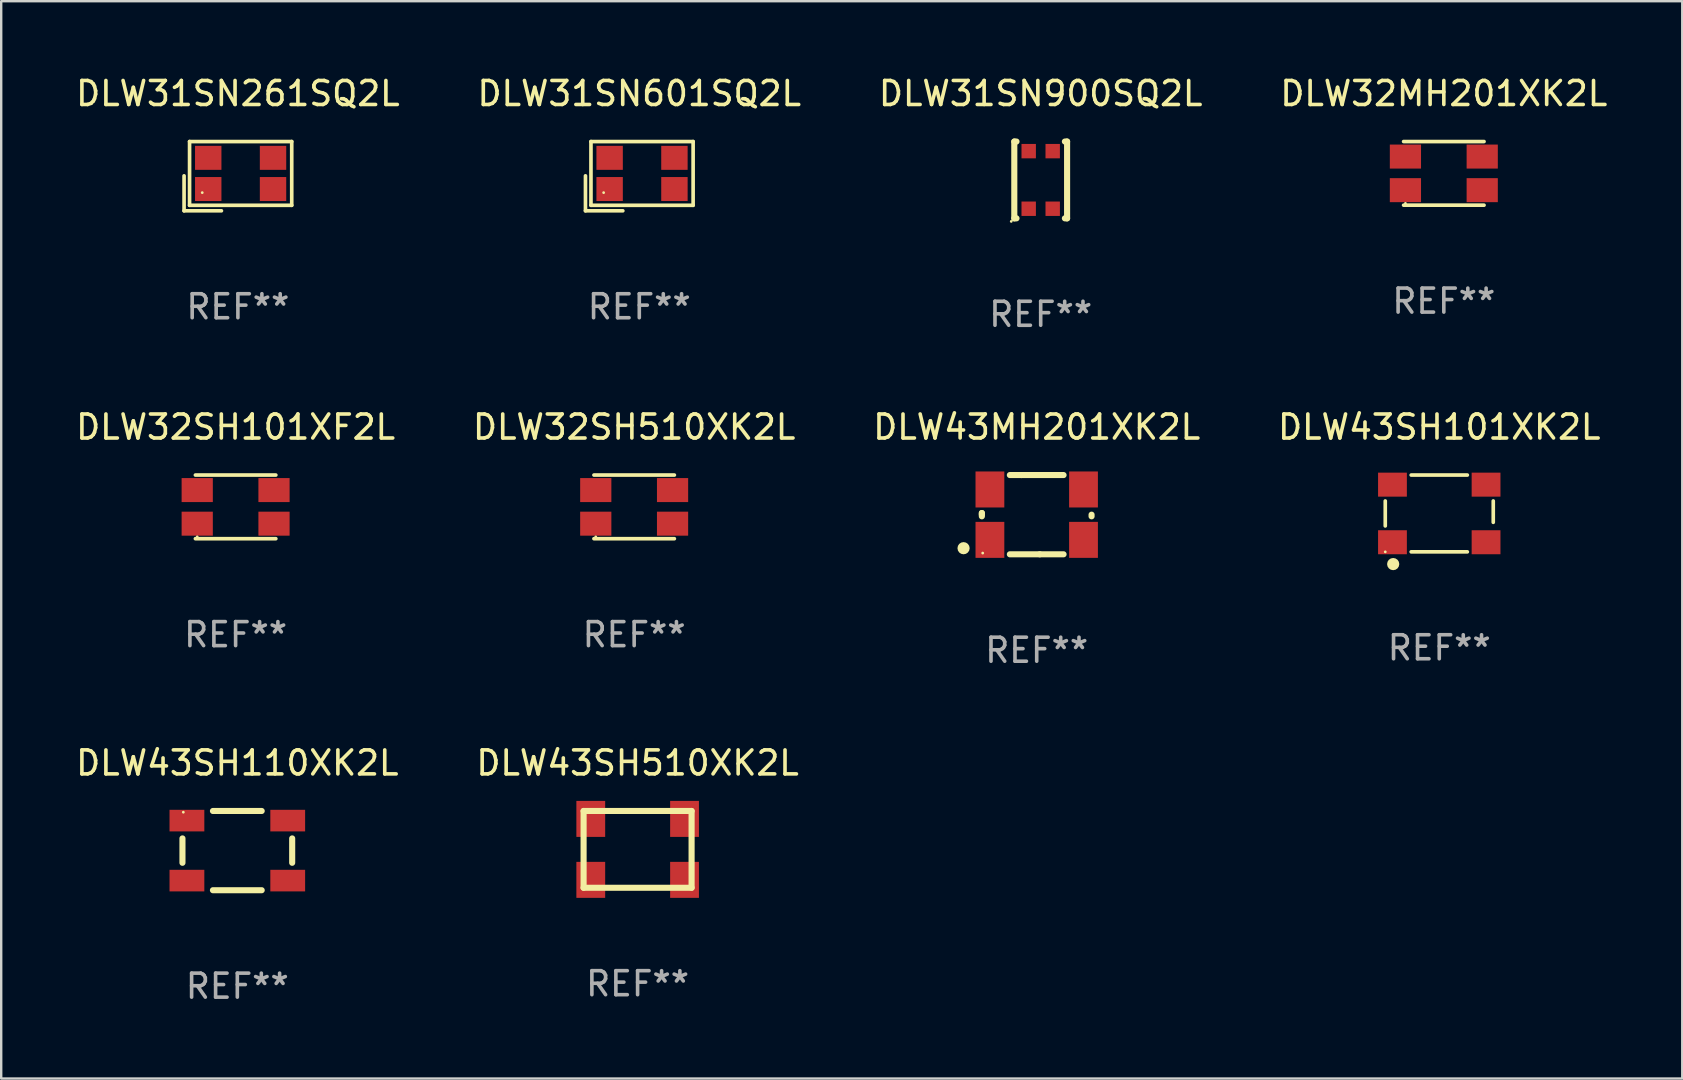
<source format=kicad_pcb>
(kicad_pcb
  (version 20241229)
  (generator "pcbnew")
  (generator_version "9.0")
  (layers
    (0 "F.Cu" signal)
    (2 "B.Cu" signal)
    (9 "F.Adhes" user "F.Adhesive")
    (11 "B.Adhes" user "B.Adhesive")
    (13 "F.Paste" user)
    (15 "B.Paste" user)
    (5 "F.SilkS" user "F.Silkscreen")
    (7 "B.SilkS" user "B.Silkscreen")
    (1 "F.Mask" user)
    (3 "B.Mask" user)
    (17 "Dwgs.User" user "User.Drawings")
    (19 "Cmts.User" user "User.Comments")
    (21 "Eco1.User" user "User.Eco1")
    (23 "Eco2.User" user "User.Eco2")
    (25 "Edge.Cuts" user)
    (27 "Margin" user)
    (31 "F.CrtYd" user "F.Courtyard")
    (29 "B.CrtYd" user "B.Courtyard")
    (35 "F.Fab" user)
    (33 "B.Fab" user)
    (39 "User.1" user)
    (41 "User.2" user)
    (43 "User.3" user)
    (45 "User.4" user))
  (footprint "DLW32MH201XK2L"
    (layer "F.Cu")
    (at 57.113 4.174)
    (property "Reference" "DLW32MH201XK2L" (at 0 -3.326 0) (layer "F.SilkS") (effects (font (size 1 1) (thickness 0.15))))
    (attr through_hole)
    (fp_line (start -1.676 -1.326) (end 1.676 -1.326) (stroke (width 0.152) (type solid)) (layer "F.SilkS"))
    (fp_line (start -1.676 1.326) (end 1.676 1.326) (stroke (width 0.152) (type solid)) (layer "F.SilkS"))
    (fp_circle (center -1.6 1.25) (end -1.57 1.25) (stroke (width 0.06) (type solid)) (fill no) (layer "F.SilkS"))
    (fp_text user "REF**" (at 0 5.326 0) (layer "F.Fab") (effects (font (size 1 1) (thickness 0.15))))
    (pad "1" smd rect (at -1.6 0.7) (size 1.3 1) (layers "F.Cu" "F.Mask" "F.Paste"))
    (pad "2" smd rect (at 1.6 0.7) (size 1.3 1) (layers "F.Cu" "F.Mask" "F.Paste"))
    (pad "3" smd rect (at 1.6 -0.7) (size 1.3 1) (layers "F.Cu" "F.Mask" "F.Paste"))
    (pad "4" smd rect (at -1.6 -0.7) (size 1.3 1) (layers "F.Cu" "F.Mask" "F.Paste")))
  (footprint "DLW43MH201XK2L"
    (layer "F.Cu")
    (at 40.149 18.396)
    (property "Reference" "DLW43MH201XK2L" (at 0 -3.651 0) (layer "F.SilkS") (effects (font (size 1 1) (thickness 0.15))))
    (attr through_hole)
    (fp_line (start -2.286 -0.069) (end -2.286 0.069) (stroke (width 0.254) (type solid)) (layer "F.SilkS"))
    (fp_line (start -2.286 0) (end -2.286 -0.069) (stroke (width 0.254) (type solid)) (layer "F.SilkS"))
    (fp_line (start -0.635 -1.651) (end -1.119 -1.651) (stroke (width 0.254) (type solid)) (layer "F.SilkS"))
    (fp_line (start -0.635 -1.651) (end 1.119 -1.651) (stroke (width 0.254) (type solid)) (layer "F.SilkS"))
    (fp_line (start 0.127 1.651) (end -1.119 1.651) (stroke (width 0.254) (type solid)) (layer "F.SilkS"))
    (fp_line (start 0.127 1.651) (end 1.119 1.651) (stroke (width 0.254) (type solid)) (layer "F.SilkS"))
    (fp_line (start 2.286 0) (end 2.286 0.069) (stroke (width 0.254) (type solid)) (layer "F.SilkS"))
    (fp_circle (center -3.048 1.397) (end -2.921 1.397) (stroke (width 0.254) (type solid)) (fill no) (layer "F.SilkS"))
    (fp_circle (center -2.25 1.6) (end -2.22 1.6) (stroke (width 0.06) (type solid)) (fill no) (layer "F.SilkS"))
    (fp_text user "REF**" (at 0 5.651 0) (layer "F.Fab") (effects (font (size 1 1) (thickness 0.15))))
    (pad "1" smd rect (at -1.95 1.05) (size 1.2 1.5) (layers "F.Cu" "F.Mask" "F.Paste"))
    (pad "2" smd rect (at 1.95 1.05) (size 1.2 1.5) (layers "F.Cu" "F.Mask" "F.Paste"))
    (pad "3" smd rect (at 1.95 -1.05) (size 1.2 1.5) (layers "F.Cu" "F.Mask" "F.Paste"))
    (pad "4" smd rect (at -1.95 -1.05) (size 1.2 1.5) (layers "F.Cu" "F.Mask" "F.Paste")))
  (footprint "DLW32SH510XK2L"
    (layer "F.Cu")
    (at 23.375 18.071)
    (property "Reference" "DLW32SH510XK2L" (at 0 -3.326 0) (layer "F.SilkS") (effects (font (size 1 1) (thickness 0.15))))
    (attr through_hole)
    (fp_line (start -1.676 -1.326) (end 1.676 -1.326) (stroke (width 0.152) (type solid)) (layer "F.SilkS"))
    (fp_line (start -1.676 1.326) (end 1.676 1.326) (stroke (width 0.152) (type solid)) (layer "F.SilkS"))
    (fp_circle (center -1.6 1.25) (end -1.57 1.25) (stroke (width 0.06) (type solid)) (fill no) (layer "F.SilkS"))
    (fp_text user "REF**" (at 0 5.326 0) (layer "F.Fab") (effects (font (size 1 1) (thickness 0.15))))
    (pad "1" smd rect (at -1.6 0.7) (size 1.3 1) (layers "F.Cu" "F.Mask" "F.Paste"))
    (pad "2" smd rect (at 1.6 0.7) (size 1.3 1) (layers "F.Cu" "F.Mask" "F.Paste"))
    (pad "3" smd rect (at 1.6 -0.7) (size 1.3 1) (layers "F.Cu" "F.Mask" "F.Paste"))
    (pad "4" smd rect (at -1.6 -0.7) (size 1.3 1) (layers "F.Cu" "F.Mask" "F.Paste")))
  (footprint "DLW43SH101XK2L"
    (layer "F.Cu")
    (at 56.923 18.345)
    (property "Reference" "DLW43SH101XK2L" (at 0 -3.6 0) (layer "F.SilkS") (effects (font (size 1 1) (thickness 0.15))))
    (attr through_hole)
    (fp_line (start -2.25 -0.52) (end -2.25 0.52) (stroke (width 0.152) (type solid)) (layer "F.SilkS"))
    (fp_line (start -1.17 1.6) (end 1.17 1.6) (stroke (width 0.152) (type solid)) (layer "F.SilkS"))
    (fp_line (start 1.17 -1.6) (end -1.17 -1.6) (stroke (width 0.152) (type solid)) (layer "F.SilkS"))
    (fp_line (start 2.25 0.37) (end 2.25 -0.52) (stroke (width 0.152) (type solid)) (layer "F.SilkS"))
    (fp_circle (center -2.25 1.6) (end -2.22 1.6) (stroke (width 0.06) (type solid)) (fill no) (layer "F.SilkS"))
    (fp_circle (center -1.92 2.11) (end -1.793 2.11) (stroke (width 0.254) (type solid)) (fill no) (layer "F.SilkS"))
    (fp_text user "REF**" (at 0 5.6 0) (layer "F.Fab") (effects (font (size 1 1) (thickness 0.15))))
    (pad "1" smd rect (at -1.95 1.2) (size 1.2 1) (layers "F.Cu" "F.Mask" "F.Paste"))
    (pad "2" smd rect (at 1.95 1.2) (size 1.2 1) (layers "F.Cu" "F.Mask" "F.Paste"))
    (pad "3" smd rect (at 1.95 -1.2) (size 1.2 1) (layers "F.Cu" "F.Mask" "F.Paste"))
    (pad "4" smd rect (at -1.95 -1.2) (size 1.2 1) (layers "F.Cu" "F.Mask" "F.Paste")))
  (footprint "DLW43SH110XK2L"
    (layer "F.Cu")
    (at 6.839 32.394)
    (property "Reference" "DLW43SH110XK2L" (at 0 -3.651 0) (layer "F.SilkS") (effects (font (size 1 1) (thickness 0.15))))
    (attr through_hole)
    (fp_line (start -2.286 -0.508) (end -2.286 0.508) (stroke (width 0.254) (type solid)) (layer "F.SilkS"))
    (fp_line (start -1.016 -1.651) (end 1.016 -1.651) (stroke (width 0.254) (type solid)) (layer "F.SilkS"))
    (fp_line (start -1.016 1.651) (end 1.016 1.651) (stroke (width 0.254) (type solid)) (layer "F.SilkS"))
    (fp_line (start 2.286 -0.508) (end 2.286 0.508) (stroke (width 0.254) (type solid)) (layer "F.SilkS"))
    (fp_circle (center -2.25 -1.6) (end -2.22 -1.6) (stroke (width 0.06) (type solid)) (fill no) (layer "F.SilkS"))
    (fp_text user "REF**" (at 0 5.651 0) (layer "F.Fab") (effects (font (size 1 1) (thickness 0.15))))
    (pad "1" smd rect (at -2.1 -1.25) (size 1.45 0.9) (layers "F.Cu" "F.Mask" "F.Paste"))
    (pad "2" smd rect (at -2.1 1.25) (size 1.45 0.9) (layers "F.Cu" "F.Mask" "F.Paste"))
    (pad "3" smd rect (at 2.1 1.25) (size 1.45 0.9) (layers "F.Cu" "F.Mask" "F.Paste"))
    (pad "4" smd rect (at 2.1 -1.25) (size 1.45 0.9) (layers "F.Cu" "F.Mask" "F.Paste")))
  (footprint "DLW43SH510XK2L"
    (layer "F.Cu")
    (at 23.518 32.343)
    (property "Reference" "DLW43SH510XK2L" (at 0 -3.6 0) (layer "F.SilkS") (effects (font (size 1 1) (thickness 0.15))))
    (attr through_hole)
    (fp_line (start -2.25 -1.6) (end -2.25 1.6) (stroke (width 0.254) (type solid)) (layer "F.SilkS"))
    (fp_line (start -2.25 -1.6) (end 2.25 -1.6) (stroke (width 0.254) (type solid)) (layer "F.SilkS"))
    (fp_line (start 2.25 1.6) (end -2.25 1.6) (stroke (width 0.254) (type solid)) (layer "F.SilkS"))
    (fp_line (start 2.25 1.6) (end 2.25 -1.6) (stroke (width 0.254) (type solid)) (layer "F.SilkS"))
    (fp_circle (center 2.25 -1.6) (end 2.28 -1.6) (stroke (width 0.06) (type solid)) (fill no) (layer "F.SilkS"))
    (fp_text user "REF**" (at 0 5.6 0) (layer "F.Fab") (effects (font (size 1 1) (thickness 0.15))))
    (pad "1" smd rect (at 1.956 -1.27) (size 1.2 1.5) (layers "F.Cu" "F.Mask" "F.Paste"))
    (pad "2" smd rect (at -1.951 -1.27) (size 1.2 1.5) (layers "F.Cu" "F.Mask" "F.Paste"))
    (pad "3" smd rect (at -1.951 1.27) (size 1.2 1.5) (layers "F.Cu" "F.Mask" "F.Paste"))
    (pad "4" smd rect (at 1.956 1.27) (size 1.2 1.5) (layers "F.Cu" "F.Mask" "F.Paste")))
  (footprint "DLW31SN261SQ2L"
    (layer "F.Cu")
    (at 6.863 4.291)
    (property "Reference" "DLW31SN261SQ2L" (at 0 -3.443 0) (layer "F.SilkS") (effects (font (size 1 1) (thickness 0.15))))
    (attr through_hole)
    (fp_line (start -2.243 -0.014) (end -2.243 1.443) (stroke (width 0.152) (type solid)) (layer "F.SilkS"))
    (fp_line (start -2.243 1.443) (end -0.686 1.443) (stroke (width 0.152) (type solid)) (layer "F.SilkS"))
    (fp_line (start -2.014 -1.443) (end 2.243 -1.443) (stroke (width 0.152) (type solid)) (layer "F.SilkS"))
    (fp_line (start -2.014 1.214) (end -2.014 -1.443) (stroke (width 0.152) (type solid)) (layer "F.SilkS"))
    (fp_line (start 2.243 -1.443) (end 2.243 1.214) (stroke (width 0.152) (type solid)) (layer "F.SilkS"))
    (fp_line (start 2.243 1.214) (end -2.014 1.214) (stroke (width 0.152) (type solid)) (layer "F.SilkS"))
    (fp_circle (center -1.486 0.686) (end -1.456 0.686) (stroke (width 0.06) (type solid)) (fill no) (layer "F.SilkS"))
    (fp_text user "REF**" (at 0 5.443 0) (layer "F.Fab") (effects (font (size 1 1) (thickness 0.15))))
    (pad "1" smd rect (at -1.236 0.536) (size 1.1 1) (layers "F.Cu" "F.Mask" "F.Paste"))
    (pad "2" smd rect (at 1.464 0.536) (size 1.1 1) (layers "F.Cu" "F.Mask" "F.Paste"))
    (pad "3" smd rect (at 1.464 -0.764) (size 1.1 1) (layers "F.Cu" "F.Mask" "F.Paste"))
    (pad "4" smd rect (at -1.236 -0.764) (size 1.1 1) (layers "F.Cu" "F.Mask" "F.Paste")))
  (footprint "DLW31SN900SQ2L"
    (layer "F.Cu")
    (at 40.315 4.448)
    (property "Reference" "DLW31SN900SQ2L" (at 0 -3.6 0) (layer "F.SilkS") (effects (font (size 1 1) (thickness 0.15))))
    (attr through_hole)
    (fp_line (start -1.1 1.6) (end -1.008 1.6) (stroke (width 0.254) (type solid)) (layer "F.SilkS"))
    (fp_line (start -1.1 -1.6) (end -1.1 1.6) (stroke (width 0.254) (type solid)) (layer "F.SilkS"))
    (fp_line (start -1.1 -1.6) (end -1.008 -1.6) (stroke (width 0.254) (type solid)) (layer "F.SilkS"))
    (fp_line (start 1.008 1.6) (end 1.1 1.6) (stroke (width 0.254) (type solid)) (layer "F.SilkS"))
    (fp_line (start 1.008 -1.6) (end 1.1 -1.6) (stroke (width 0.254) (type solid)) (layer "F.SilkS"))
    (fp_line (start 1.1 -1.6) (end 1.1 1.6) (stroke (width 0.254) (type solid)) (layer "F.SilkS"))
    (fp_circle (center -1.227 1.727) (end -1.197 1.727) (stroke (width 0.06) (type solid)) (fill no) (layer "F.SilkS"))
    (fp_text user "REF**" (at 0 5.6 0) (layer "F.Fab") (effects (font (size 1 1) (thickness 0.15))))
    (pad "1" smd rect (at -0.5 1.2 180) (size 0.6 0.6) (layers "F.Cu" "F.Mask" "F.Paste"))
    (pad "2" smd rect (at -0.5 -1.2 180) (size 0.6 0.6) (layers "F.Cu" "F.Mask" "F.Paste"))
    (pad "3" smd rect (at 0.5 -1.2 180) (size 0.6 0.6) (layers "F.Cu" "F.Mask" "F.Paste"))
    (pad "4" smd rect (at 0.5 1.2 180) (size 0.6 0.6) (layers "F.Cu" "F.Mask" "F.Paste")))
  (footprint "DLW31SN601SQ2L"
    (layer "F.Cu")
    (at 23.589 4.291)
    (property "Reference" "DLW31SN601SQ2L" (at 0 -3.443 0) (layer "F.SilkS") (effects (font (size 1 1) (thickness 0.15))))
    (attr through_hole)
    (fp_line (start -2.243 -0.014) (end -2.243 1.443) (stroke (width 0.152) (type solid)) (layer "F.SilkS"))
    (fp_line (start -2.243 1.443) (end -0.686 1.443) (stroke (width 0.152) (type solid)) (layer "F.SilkS"))
    (fp_line (start -2.014 -1.443) (end 2.243 -1.443) (stroke (width 0.152) (type solid)) (layer "F.SilkS"))
    (fp_line (start -2.014 1.214) (end -2.014 -1.443) (stroke (width 0.152) (type solid)) (layer "F.SilkS"))
    (fp_line (start 2.243 -1.443) (end 2.243 1.214) (stroke (width 0.152) (type solid)) (layer "F.SilkS"))
    (fp_line (start 2.243 1.214) (end -2.014 1.214) (stroke (width 0.152) (type solid)) (layer "F.SilkS"))
    (fp_circle (center -1.486 0.686) (end -1.456 0.686) (stroke (width 0.06) (type solid)) (fill no) (layer "F.SilkS"))
    (fp_text user "REF**" (at 0 5.443 0) (layer "F.Fab") (effects (font (size 1 1) (thickness 0.15))))
    (pad "1" smd rect (at -1.236 0.536) (size 1.1 1) (layers "F.Cu" "F.Mask" "F.Paste"))
    (pad "2" smd rect (at 1.464 0.536) (size 1.1 1) (layers "F.Cu" "F.Mask" "F.Paste"))
    (pad "3" smd rect (at 1.464 -0.764) (size 1.1 1) (layers "F.Cu" "F.Mask" "F.Paste"))
    (pad "4" smd rect (at -1.236 -0.764) (size 1.1 1) (layers "F.Cu" "F.Mask" "F.Paste")))
  (footprint "DLW32SH101XF2L"
    (layer "F.Cu")
    (at 6.768 18.071)
    (property "Reference" "DLW32SH101XF2L" (at 0 -3.326 0) (layer "F.SilkS") (effects (font (size 1 1) (thickness 0.15))))
    (attr through_hole)
    (fp_line (start -1.676 -1.326) (end 1.676 -1.326) (stroke (width 0.152) (type solid)) (layer "F.SilkS"))
    (fp_line (start -1.676 1.326) (end 1.676 1.326) (stroke (width 0.152) (type solid)) (layer "F.SilkS"))
    (fp_circle (center -1.6 1.25) (end -1.57 1.25) (stroke (width 0.06) (type solid)) (fill no) (layer "F.SilkS"))
    (fp_text user "REF**" (at 0 5.326 0) (layer "F.Fab") (effects (font (size 1 1) (thickness 0.15))))
    (pad "1" smd rect (at -1.6 0.7) (size 1.3 1) (layers "F.Cu" "F.Mask" "F.Paste"))
    (pad "2" smd rect (at 1.6 0.7) (size 1.3 1) (layers "F.Cu" "F.Mask" "F.Paste"))
    (pad "3" smd rect (at 1.6 -0.7) (size 1.3 1) (layers "F.Cu" "F.Mask" "F.Paste"))
    (pad "4" smd rect (at -1.6 -0.7) (size 1.3 1) (layers "F.Cu" "F.Mask" "F.Paste")))
  (gr_rect
    (start -3 -3)
    (end 67.048 41.893)
    (stroke (width 0.1) (type default))
    (fill no)
    (layer "Edge.Cuts")))
</source>
